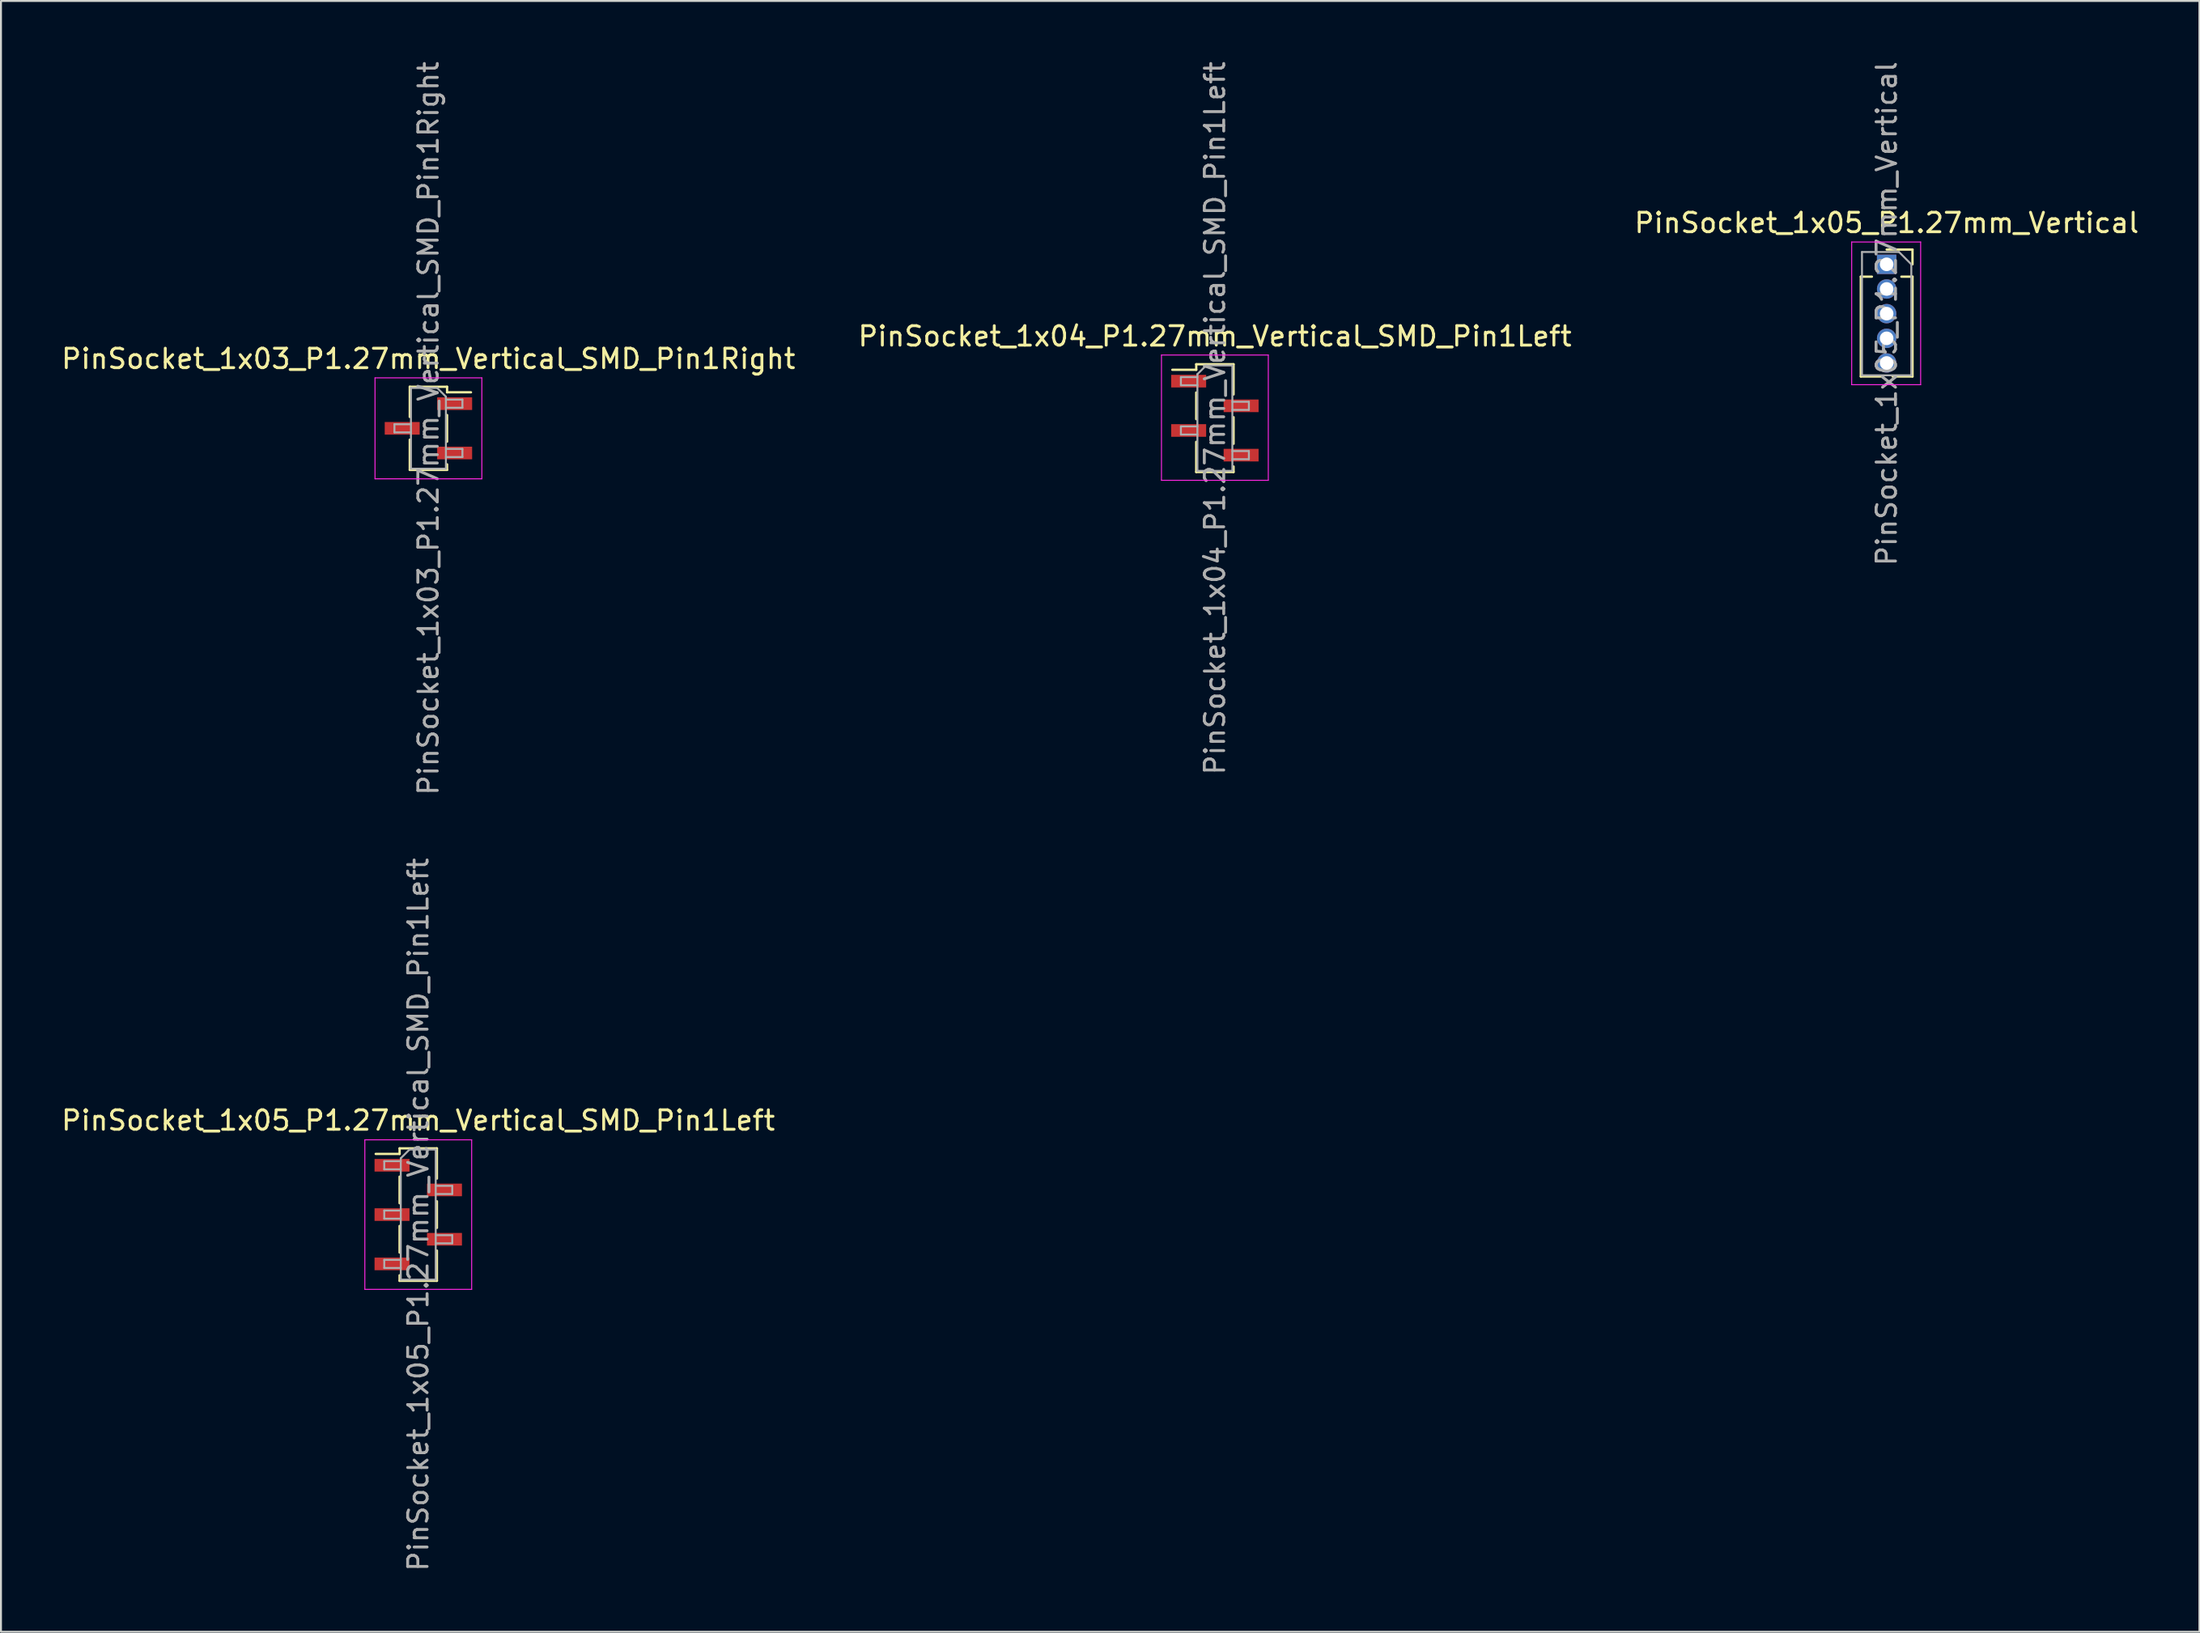
<source format=kicad_pcb>
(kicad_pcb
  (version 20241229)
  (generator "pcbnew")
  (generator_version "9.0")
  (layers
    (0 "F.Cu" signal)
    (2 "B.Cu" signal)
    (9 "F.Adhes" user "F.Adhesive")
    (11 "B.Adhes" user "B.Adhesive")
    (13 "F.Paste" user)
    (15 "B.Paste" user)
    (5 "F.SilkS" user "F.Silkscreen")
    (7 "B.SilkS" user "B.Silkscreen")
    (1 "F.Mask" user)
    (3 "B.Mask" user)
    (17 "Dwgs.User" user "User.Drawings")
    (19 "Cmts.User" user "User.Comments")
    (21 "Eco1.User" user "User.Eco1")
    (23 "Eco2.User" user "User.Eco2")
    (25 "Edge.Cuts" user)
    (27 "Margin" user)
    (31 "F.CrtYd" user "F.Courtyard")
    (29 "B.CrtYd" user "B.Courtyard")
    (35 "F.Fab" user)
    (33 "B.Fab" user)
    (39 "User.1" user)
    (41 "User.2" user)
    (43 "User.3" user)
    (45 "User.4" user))
  (footprint "PinSocket_1x03_P1.27mm_Vertical_SMD_Pin1Right"
    (layer "F.Cu")
    (at 19.006 19.006)
    (property "Reference" "PinSocket_1x03_P1.27mm_Vertical_SMD_Pin1Right" (at 0 -3.58 0) (layer "F.SilkS") (effects (font (size 1 1) (thickness 0.15))))
    (attr smd)
    (fp_line (start -0.96 -2.14) (end -0.96 -0.585) (stroke (width 0.12) (type solid)) (layer "F.SilkS"))
    (fp_line (start -0.96 -2.14) (end 0.96 -2.14) (stroke (width 0.12) (type solid)) (layer "F.SilkS"))
    (fp_line (start -0.96 0.585) (end -0.96 2.14) (stroke (width 0.12) (type solid)) (layer "F.SilkS"))
    (fp_line (start -0.96 2.14) (end 0.96 2.14) (stroke (width 0.12) (type solid)) (layer "F.SilkS"))
    (fp_line (start 0.96 -2.14) (end 0.96 -1.855) (stroke (width 0.12) (type solid)) (layer "F.SilkS"))
    (fp_line (start 0.96 -1.855) (end 2.19 -1.855) (stroke (width 0.12) (type solid)) (layer "F.SilkS"))
    (fp_line (start 0.96 -0.685) (end 0.96 0.685) (stroke (width 0.12) (type solid)) (layer "F.SilkS"))
    (fp_line (start 0.96 1.855) (end 0.96 2.14) (stroke (width 0.12) (type solid)) (layer "F.SilkS"))
    (fp_line (start -2.75 -2.6) (end 2.75 -2.6) (stroke (width 0.05) (type solid)) (layer "F.CrtYd"))
    (fp_line (start -2.75 2.6) (end -2.75 -2.6) (stroke (width 0.05) (type solid)) (layer "F.CrtYd"))
    (fp_line (start 2.75 -2.6) (end 2.75 2.6) (stroke (width 0.05) (type solid)) (layer "F.CrtYd"))
    (fp_line (start 2.75 2.6) (end -2.75 2.6) (stroke (width 0.05) (type solid)) (layer "F.CrtYd"))
    (fp_line (start -1.75 -0.21) (end -0.9 -0.21) (stroke (width 0.1) (type solid)) (layer "F.Fab"))
    (fp_line (start -1.75 0.21) (end -1.75 -0.21) (stroke (width 0.1) (type solid)) (layer "F.Fab"))
    (fp_line (start -0.9 -2.08) (end 0.45 -2.08) (stroke (width 0.1) (type solid)) (layer "F.Fab"))
    (fp_line (start -0.9 0.21) (end -1.75 0.21) (stroke (width 0.1) (type solid)) (layer "F.Fab"))
    (fp_line (start -0.9 2.08) (end -0.9 -2.08) (stroke (width 0.1) (type solid)) (layer "F.Fab"))
    (fp_line (start 0.45 -2.08) (end 0.9 -1.63) (stroke (width 0.1) (type solid)) (layer "F.Fab"))
    (fp_line (start 0.9 -1.63) (end 0.9 2.08) (stroke (width 0.1) (type solid)) (layer "F.Fab"))
    (fp_line (start 0.9 -1.48) (end 1.75 -1.48) (stroke (width 0.1) (type solid)) (layer "F.Fab"))
    (fp_line (start 0.9 1.06) (end 1.75 1.06) (stroke (width 0.1) (type solid)) (layer "F.Fab"))
    (fp_line (start 0.9 2.08) (end -0.9 2.08) (stroke (width 0.1) (type solid)) (layer "F.Fab"))
    (fp_line (start 1.75 -1.48) (end 1.75 -1.06) (stroke (width 0.1) (type solid)) (layer "F.Fab"))
    (fp_line (start 1.75 -1.06) (end 0.9 -1.06) (stroke (width 0.1) (type solid)) (layer "F.Fab"))
    (fp_line (start 1.75 1.06) (end 1.75 1.48) (stroke (width 0.1) (type solid)) (layer "F.Fab"))
    (fp_line (start 1.75 1.48) (end 0.9 1.48) (stroke (width 0.1) (type solid)) (layer "F.Fab"))
    (fp_text user "${REFERENCE}" (at 0 0 90) (layer "F.Fab") (effects (font (size 1 1) (thickness 0.15))))
    (pad "1" smd rect (at 1.35 -1.27) (size 1.8 0.65) (layers "F.Cu" "F.Mask" "F.Paste"))
    (pad "2" smd rect (at -1.35 0) (size 1.8 0.65) (layers "F.Cu" "F.Mask" "F.Paste"))
    (pad "3" smd rect (at 1.35 1.27) (size 1.8 0.65) (layers "F.Cu" "F.Mask" "F.Paste")))
  (footprint "PinSocket_1x05_P1.27mm_Vertical_SMD_Pin1Left"
    (layer "F.Cu")
    (at 18.482 59.494)
    (property "Reference" "PinSocket_1x05_P1.27mm_Vertical_SMD_Pin1Left" (at 0 -4.85 0) (layer "F.SilkS") (effects (font (size 1 1) (thickness 0.15))))
    (attr smd)
    (fp_line (start -2.19 -3.125) (end -0.96 -3.125) (stroke (width 0.12) (type solid)) (layer "F.SilkS"))
    (fp_line (start -0.96 -3.41) (end -0.96 -3.125) (stroke (width 0.12) (type solid)) (layer "F.SilkS"))
    (fp_line (start -0.96 -3.41) (end 0.96 -3.41) (stroke (width 0.12) (type solid)) (layer "F.SilkS"))
    (fp_line (start -0.96 -1.955) (end -0.96 -0.585) (stroke (width 0.12) (type solid)) (layer "F.SilkS"))
    (fp_line (start -0.96 0.585) (end -0.96 1.955) (stroke (width 0.12) (type solid)) (layer "F.SilkS"))
    (fp_line (start -0.96 3.125) (end -0.96 3.41) (stroke (width 0.12) (type solid)) (layer "F.SilkS"))
    (fp_line (start -0.96 3.41) (end 0.96 3.41) (stroke (width 0.12) (type solid)) (layer "F.SilkS"))
    (fp_line (start 0.96 -3.41) (end 0.96 -1.855) (stroke (width 0.12) (type solid)) (layer "F.SilkS"))
    (fp_line (start 0.96 -0.685) (end 0.96 0.685) (stroke (width 0.12) (type solid)) (layer "F.SilkS"))
    (fp_line (start 0.96 1.855) (end 0.96 3.41) (stroke (width 0.12) (type solid)) (layer "F.SilkS"))
    (fp_line (start -2.75 -3.85) (end 2.75 -3.85) (stroke (width 0.05) (type solid)) (layer "F.CrtYd"))
    (fp_line (start -2.75 3.85) (end -2.75 -3.85) (stroke (width 0.05) (type solid)) (layer "F.CrtYd"))
    (fp_line (start 2.75 -3.85) (end 2.75 3.85) (stroke (width 0.05) (type solid)) (layer "F.CrtYd"))
    (fp_line (start 2.75 3.85) (end -2.75 3.85) (stroke (width 0.05) (type solid)) (layer "F.CrtYd"))
    (fp_line (start -1.75 -2.75) (end -0.9 -2.75) (stroke (width 0.1) (type solid)) (layer "F.Fab"))
    (fp_line (start -1.75 -2.33) (end -1.75 -2.75) (stroke (width 0.1) (type solid)) (layer "F.Fab"))
    (fp_line (start -1.75 -0.21) (end -0.9 -0.21) (stroke (width 0.1) (type solid)) (layer "F.Fab"))
    (fp_line (start -1.75 0.21) (end -1.75 -0.21) (stroke (width 0.1) (type solid)) (layer "F.Fab"))
    (fp_line (start -1.75 2.33) (end -0.9 2.33) (stroke (width 0.1) (type solid)) (layer "F.Fab"))
    (fp_line (start -1.75 2.75) (end -1.75 2.33) (stroke (width 0.1) (type solid)) (layer "F.Fab"))
    (fp_line (start -0.9 -2.9) (end -0.45 -3.35) (stroke (width 0.1) (type solid)) (layer "F.Fab"))
    (fp_line (start -0.9 -2.33) (end -1.75 -2.33) (stroke (width 0.1) (type solid)) (layer "F.Fab"))
    (fp_line (start -0.9 0.21) (end -1.75 0.21) (stroke (width 0.1) (type solid)) (layer "F.Fab"))
    (fp_line (start -0.9 2.75) (end -1.75 2.75) (stroke (width 0.1) (type solid)) (layer "F.Fab"))
    (fp_line (start -0.9 3.35) (end -0.9 -2.9) (stroke (width 0.1) (type solid)) (layer "F.Fab"))
    (fp_line (start -0.45 -3.35) (end 0.9 -3.35) (stroke (width 0.1) (type solid)) (layer "F.Fab"))
    (fp_line (start 0.9 -3.35) (end 0.9 3.35) (stroke (width 0.1) (type solid)) (layer "F.Fab"))
    (fp_line (start 0.9 -1.48) (end 1.75 -1.48) (stroke (width 0.1) (type solid)) (layer "F.Fab"))
    (fp_line (start 0.9 1.06) (end 1.75 1.06) (stroke (width 0.1) (type solid)) (layer "F.Fab"))
    (fp_line (start 0.9 3.35) (end -0.9 3.35) (stroke (width 0.1) (type solid)) (layer "F.Fab"))
    (fp_line (start 1.75 -1.48) (end 1.75 -1.06) (stroke (width 0.1) (type solid)) (layer "F.Fab"))
    (fp_line (start 1.75 -1.06) (end 0.9 -1.06) (stroke (width 0.1) (type solid)) (layer "F.Fab"))
    (fp_line (start 1.75 1.06) (end 1.75 1.48) (stroke (width 0.1) (type solid)) (layer "F.Fab"))
    (fp_line (start 1.75 1.48) (end 0.9 1.48) (stroke (width 0.1) (type solid)) (layer "F.Fab"))
    (fp_text user "${REFERENCE}" (at 0 0 90) (layer "F.Fab") (effects (font (size 1 1) (thickness 0.15))))
    (pad "1" smd rect (at -1.35 -2.54) (size 1.8 0.65) (layers "F.Cu" "F.Mask" "F.Paste"))
    (pad "2" smd rect (at 1.35 -1.27) (size 1.8 0.65) (layers "F.Cu" "F.Mask" "F.Paste"))
    (pad "3" smd rect (at -1.35 0) (size 1.8 0.65) (layers "F.Cu" "F.Mask" "F.Paste"))
    (pad "4" smd rect (at 1.35 1.27) (size 1.8 0.65) (layers "F.Cu" "F.Mask" "F.Paste"))
    (pad "5" smd rect (at -1.35 2.54) (size 1.8 0.65) (layers "F.Cu" "F.Mask" "F.Paste")))
  (footprint "PinSocket_1x04_P1.27mm_Vertical_SMD_Pin1Left"
    (layer "F.Cu")
    (at 59.494 18.482)
    (property "Reference" "PinSocket_1x04_P1.27mm_Vertical_SMD_Pin1Left" (at 0 -4.215 0) (layer "F.SilkS") (effects (font (size 1 1) (thickness 0.15))))
    (attr smd)
    (fp_line (start -2.19 -2.49) (end -0.96 -2.49) (stroke (width 0.12) (type solid)) (layer "F.SilkS"))
    (fp_line (start -0.96 -2.775) (end -0.96 -2.49) (stroke (width 0.12) (type solid)) (layer "F.SilkS"))
    (fp_line (start -0.96 -2.775) (end 0.96 -2.775) (stroke (width 0.12) (type solid)) (layer "F.SilkS"))
    (fp_line (start -0.96 -1.32) (end -0.96 0.05) (stroke (width 0.12) (type solid)) (layer "F.SilkS"))
    (fp_line (start -0.96 1.22) (end -0.96 2.775) (stroke (width 0.12) (type solid)) (layer "F.SilkS"))
    (fp_line (start -0.96 2.775) (end 0.96 2.775) (stroke (width 0.12) (type solid)) (layer "F.SilkS"))
    (fp_line (start 0.96 -2.775) (end 0.96 -1.22) (stroke (width 0.12) (type solid)) (layer "F.SilkS"))
    (fp_line (start 0.96 -0.05) (end 0.96 1.32) (stroke (width 0.12) (type solid)) (layer "F.SilkS"))
    (fp_line (start 0.96 2.49) (end 0.96 2.775) (stroke (width 0.12) (type solid)) (layer "F.SilkS"))
    (fp_line (start -2.75 -3.25) (end 2.75 -3.25) (stroke (width 0.05) (type solid)) (layer "F.CrtYd"))
    (fp_line (start -2.75 3.2) (end -2.75 -3.25) (stroke (width 0.05) (type solid)) (layer "F.CrtYd"))
    (fp_line (start 2.75 -3.25) (end 2.75 3.2) (stroke (width 0.05) (type solid)) (layer "F.CrtYd"))
    (fp_line (start 2.75 3.2) (end -2.75 3.2) (stroke (width 0.05) (type solid)) (layer "F.CrtYd"))
    (fp_line (start -1.75 -2.115) (end -0.9 -2.115) (stroke (width 0.1) (type solid)) (layer "F.Fab"))
    (fp_line (start -1.75 -1.695) (end -1.75 -2.115) (stroke (width 0.1) (type solid)) (layer "F.Fab"))
    (fp_line (start -1.75 0.425) (end -0.9 0.425) (stroke (width 0.1) (type solid)) (layer "F.Fab"))
    (fp_line (start -1.75 0.845) (end -1.75 0.425) (stroke (width 0.1) (type solid)) (layer "F.Fab"))
    (fp_line (start -0.9 -2.265) (end -0.45 -2.715) (stroke (width 0.1) (type solid)) (layer "F.Fab"))
    (fp_line (start -0.9 -1.695) (end -1.75 -1.695) (stroke (width 0.1) (type solid)) (layer "F.Fab"))
    (fp_line (start -0.9 0.845) (end -1.75 0.845) (stroke (width 0.1) (type solid)) (layer "F.Fab"))
    (fp_line (start -0.9 2.715) (end -0.9 -2.265) (stroke (width 0.1) (type solid)) (layer "F.Fab"))
    (fp_line (start -0.45 -2.715) (end 0.9 -2.715) (stroke (width 0.1) (type solid)) (layer "F.Fab"))
    (fp_line (start 0.9 -2.715) (end 0.9 2.715) (stroke (width 0.1) (type solid)) (layer "F.Fab"))
    (fp_line (start 0.9 -0.845) (end 1.75 -0.845) (stroke (width 0.1) (type solid)) (layer "F.Fab"))
    (fp_line (start 0.9 1.695) (end 1.75 1.695) (stroke (width 0.1) (type solid)) (layer "F.Fab"))
    (fp_line (start 0.9 2.715) (end -0.9 2.715) (stroke (width 0.1) (type solid)) (layer "F.Fab"))
    (fp_line (start 1.75 -0.845) (end 1.75 -0.425) (stroke (width 0.1) (type solid)) (layer "F.Fab"))
    (fp_line (start 1.75 -0.425) (end 0.9 -0.425) (stroke (width 0.1) (type solid)) (layer "F.Fab"))
    (fp_line (start 1.75 1.695) (end 1.75 2.115) (stroke (width 0.1) (type solid)) (layer "F.Fab"))
    (fp_line (start 1.75 2.115) (end 0.9 2.115) (stroke (width 0.1) (type solid)) (layer "F.Fab"))
    (fp_text user "${REFERENCE}" (at 0 0 90) (layer "F.Fab") (effects (font (size 1 1) (thickness 0.15))))
    (pad "1" smd rect (at -1.35 -1.905) (size 1.8 0.65) (layers "F.Cu" "F.Mask" "F.Paste"))
    (pad "2" smd rect (at 1.35 -0.635) (size 1.8 0.65) (layers "F.Cu" "F.Mask" "F.Paste"))
    (pad "3" smd rect (at -1.35 0.635) (size 1.8 0.65) (layers "F.Cu" "F.Mask" "F.Paste"))
    (pad "4" smd rect (at 1.35 1.905) (size 1.8 0.65) (layers "F.Cu" "F.Mask" "F.Paste")))
  (footprint "PinSocket_1x05_P1.27mm_Vertical"
    (layer "F.Cu")
    (at 94.077 10.561)
    (property "Reference" "PinSocket_1x05_P1.27mm_Vertical" (at 0 -2.135 0) (layer "F.SilkS") (effects (font (size 1 1) (thickness 0.15))))
    (attr through_hole)
    (fp_line (start -1.33 0.635) (end -1.33 5.775) (stroke (width 0.12) (type solid)) (layer "F.SilkS"))
    (fp_line (start -1.33 0.635) (end -0.76 0.635) (stroke (width 0.12) (type solid)) (layer "F.SilkS"))
    (fp_line (start -1.33 5.775) (end -0.308 5.775) (stroke (width 0.12) (type solid)) (layer "F.SilkS"))
    (fp_line (start 0 -0.76) (end 1.33 -0.76) (stroke (width 0.12) (type solid)) (layer "F.SilkS"))
    (fp_line (start 0.308 5.775) (end 1.33 5.775) (stroke (width 0.12) (type solid)) (layer "F.SilkS"))
    (fp_line (start 0.76 0.635) (end 1.33 0.635) (stroke (width 0.12) (type solid)) (layer "F.SilkS"))
    (fp_line (start 1.33 -0.76) (end 1.33 0) (stroke (width 0.12) (type solid)) (layer "F.SilkS"))
    (fp_line (start 1.33 0.635) (end 1.33 5.775) (stroke (width 0.12) (type solid)) (layer "F.SilkS"))
    (fp_line (start -1.8 -1.15) (end 1.75 -1.15) (stroke (width 0.05) (type solid)) (layer "F.CrtYd"))
    (fp_line (start -1.8 6.2) (end -1.8 -1.15) (stroke (width 0.05) (type solid)) (layer "F.CrtYd"))
    (fp_line (start 1.75 -1.15) (end 1.75 6.2) (stroke (width 0.05) (type solid)) (layer "F.CrtYd"))
    (fp_line (start 1.75 6.2) (end -1.8 6.2) (stroke (width 0.05) (type solid)) (layer "F.CrtYd"))
    (fp_line (start -1.27 -0.635) (end 0.635 -0.635) (stroke (width 0.1) (type solid)) (layer "F.Fab"))
    (fp_line (start -1.27 5.715) (end -1.27 -0.635) (stroke (width 0.1) (type solid)) (layer "F.Fab"))
    (fp_line (start 0.635 -0.635) (end 1.27 0) (stroke (width 0.1) (type solid)) (layer "F.Fab"))
    (fp_line (start 1.27 0) (end 1.27 5.715) (stroke (width 0.1) (type solid)) (layer "F.Fab"))
    (fp_line (start 1.27 5.715) (end -1.27 5.715) (stroke (width 0.1) (type solid)) (layer "F.Fab"))
    (fp_text user "${REFERENCE}" (at 0 2.54 90) (layer "F.Fab") (effects (font (size 1 1) (thickness 0.15))))
    (pad "1" thru_hole rect (at 0 0) (size 1 1) (drill 0.7) (layers "*.Cu" "*.Mask"))
    (pad "2" thru_hole oval (at 0 1.27) (size 1 1) (drill 0.7) (layers "*.Cu" "*.Mask"))
    (pad "3" thru_hole oval (at 0 2.54) (size 1 1) (drill 0.7) (layers "*.Cu" "*.Mask"))
    (pad "4" thru_hole oval (at 0 3.81) (size 1 1) (drill 0.7) (layers "*.Cu" "*.Mask"))
    (pad "5" thru_hole oval (at 0 5.08) (size 1 1) (drill 0.7) (layers "*.Cu" "*.Mask")))
  (gr_rect
    (start -3 -3)
    (end 110.179 80.976)
    (stroke (width 0.1) (type default))
    (fill no)
    (layer "Edge.Cuts")))
</source>
